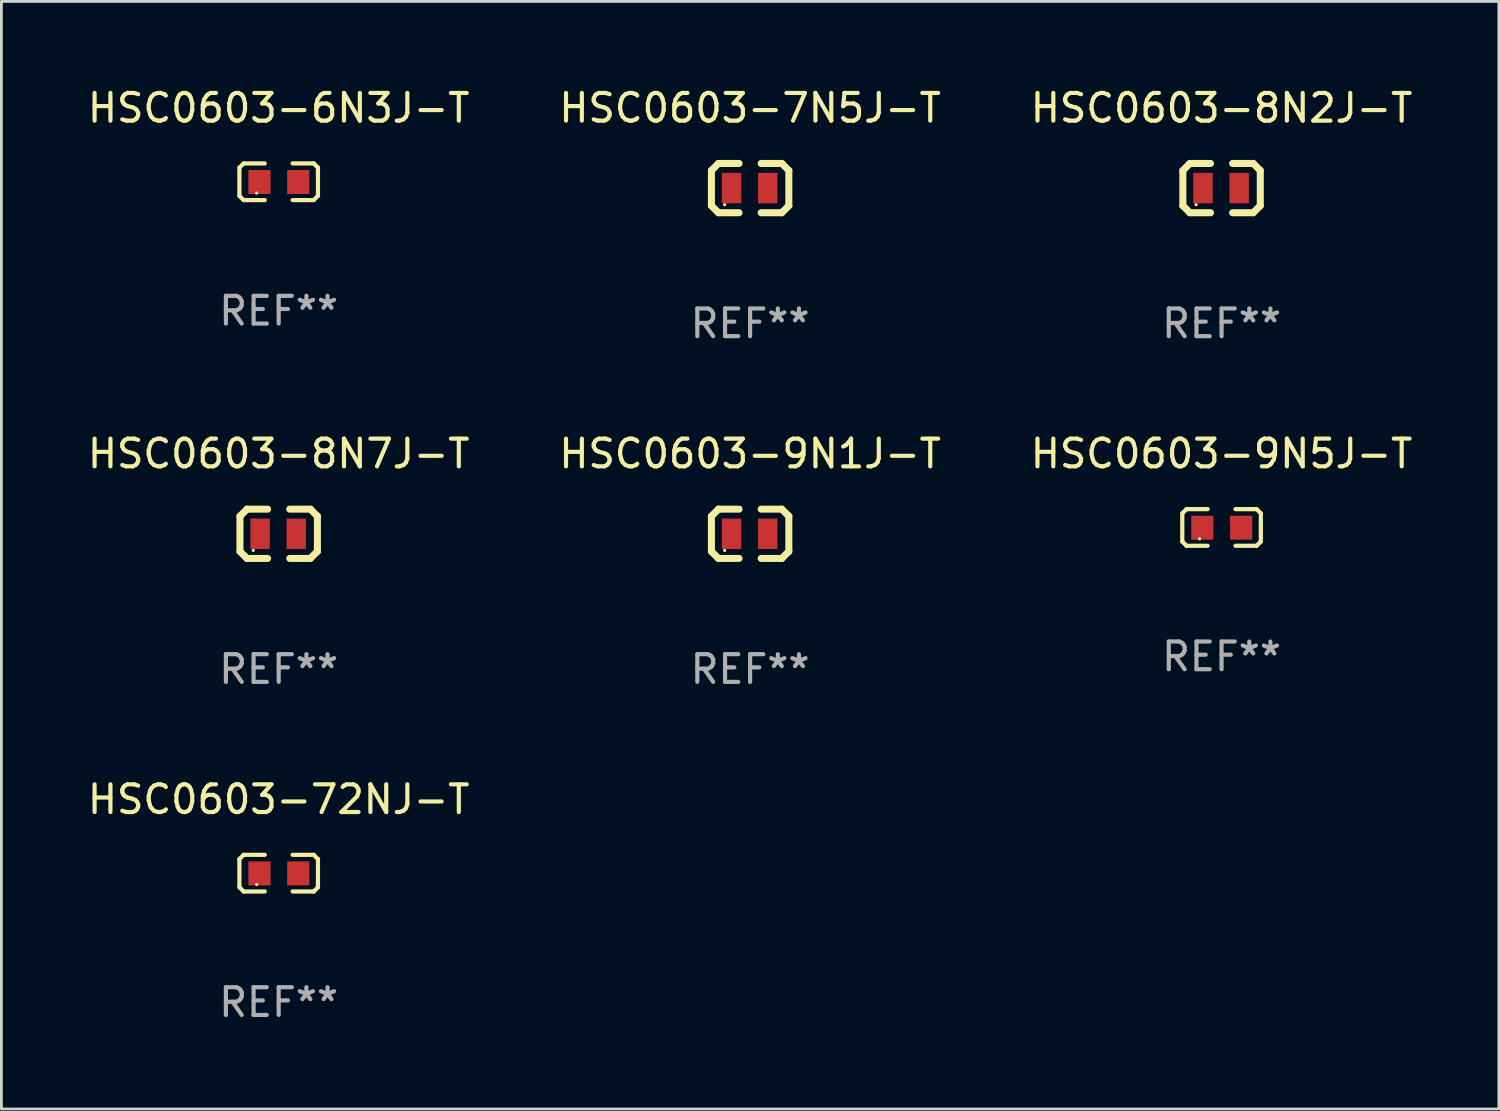
<source format=kicad_pcb>
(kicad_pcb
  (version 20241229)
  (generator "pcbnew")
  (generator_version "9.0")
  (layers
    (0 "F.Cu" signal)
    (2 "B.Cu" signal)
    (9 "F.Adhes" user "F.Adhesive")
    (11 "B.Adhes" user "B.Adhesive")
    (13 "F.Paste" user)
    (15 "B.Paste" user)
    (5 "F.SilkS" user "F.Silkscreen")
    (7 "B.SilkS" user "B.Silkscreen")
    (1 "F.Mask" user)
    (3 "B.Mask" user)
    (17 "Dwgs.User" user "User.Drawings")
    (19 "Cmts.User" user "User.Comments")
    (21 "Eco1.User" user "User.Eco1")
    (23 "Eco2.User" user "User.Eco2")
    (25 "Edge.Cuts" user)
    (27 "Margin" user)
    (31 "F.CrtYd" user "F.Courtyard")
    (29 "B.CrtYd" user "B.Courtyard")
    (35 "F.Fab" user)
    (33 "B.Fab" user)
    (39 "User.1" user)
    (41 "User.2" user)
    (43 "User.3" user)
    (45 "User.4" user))
  (footprint "HSC0603-8N2J-T"
    (layer "F.Cu")
    (at 41.03 3.737)
    (property "Reference" "HSC0603-8N2J-T" (at 0 -2.889 0) (layer "F.SilkS") (effects (font (size 1 1) (thickness 0.15))))
    (attr through_hole)
    (fp_line (start -1.397 -0.635) (end -1.397 0.635) (stroke (width 0.254) (type solid)) (layer "F.SilkS"))
    (fp_line (start -1.397 0.635) (end -1.143 0.889) (stroke (width 0.254) (type solid)) (layer "F.SilkS"))
    (fp_line (start -1.143 -0.889) (end -1.397 -0.635) (stroke (width 0.254) (type solid)) (layer "F.SilkS"))
    (fp_line (start -1.143 -0.889) (end -0.399 -0.889) (stroke (width 0.254) (type solid)) (layer "F.SilkS"))
    (fp_line (start -1.143 0.889) (end -0.399 0.889) (stroke (width 0.254) (type solid)) (layer "F.SilkS"))
    (fp_line (start 1.143 -0.889) (end 0.399 -0.889) (stroke (width 0.254) (type solid)) (layer "F.SilkS"))
    (fp_line (start 1.143 0.889) (end 0.399 0.889) (stroke (width 0.254) (type solid)) (layer "F.SilkS"))
    (fp_line (start 1.143 0.889) (end 1.397 0.635) (stroke (width 0.254) (type solid)) (layer "F.SilkS"))
    (fp_line (start 1.397 -0.635) (end 1.143 -0.889) (stroke (width 0.254) (type solid)) (layer "F.SilkS"))
    (fp_line (start 1.397 0.635) (end 1.397 -0.635) (stroke (width 0.254) (type solid)) (layer "F.SilkS"))
    (fp_circle (center -0.918 0.6) (end -0.888 0.6) (stroke (width 0.06) (type solid)) (fill no) (layer "F.SilkS"))
    (fp_text user "REF**" (at 0 4.889 0) (layer "F.Fab") (effects (font (size 1 1) (thickness 0.15))))
    (pad "1" smd rect (at -0.67 0) (size 0.7 1.1) (layers "F.Cu" "F.Mask" "F.Paste"))
    (pad "2" smd rect (at 0.635 0) (size 0.7 1.1) (layers "F.Cu" "F.Mask" "F.Paste")))
  (footprint "HSC0603-8N7J-T"
    (layer "F.Cu")
    (at 7.006 16.212)
    (property "Reference" "HSC0603-8N7J-T" (at 0 -2.889 0) (layer "F.SilkS") (effects (font (size 1 1) (thickness 0.15))))
    (attr through_hole)
    (fp_line (start -1.397 -0.635) (end -1.397 0.635) (stroke (width 0.254) (type solid)) (layer "F.SilkS"))
    (fp_line (start -1.397 0.635) (end -1.143 0.889) (stroke (width 0.254) (type solid)) (layer "F.SilkS"))
    (fp_line (start -1.143 -0.889) (end -1.397 -0.635) (stroke (width 0.254) (type solid)) (layer "F.SilkS"))
    (fp_line (start -1.143 -0.889) (end -0.399 -0.889) (stroke (width 0.254) (type solid)) (layer "F.SilkS"))
    (fp_line (start -1.143 0.889) (end -0.399 0.889) (stroke (width 0.254) (type solid)) (layer "F.SilkS"))
    (fp_line (start 1.143 -0.889) (end 0.399 -0.889) (stroke (width 0.254) (type solid)) (layer "F.SilkS"))
    (fp_line (start 1.143 0.889) (end 0.399 0.889) (stroke (width 0.254) (type solid)) (layer "F.SilkS"))
    (fp_line (start 1.143 0.889) (end 1.397 0.635) (stroke (width 0.254) (type solid)) (layer "F.SilkS"))
    (fp_line (start 1.397 -0.635) (end 1.143 -0.889) (stroke (width 0.254) (type solid)) (layer "F.SilkS"))
    (fp_line (start 1.397 0.635) (end 1.397 -0.635) (stroke (width 0.254) (type solid)) (layer "F.SilkS"))
    (fp_circle (center -0.918 0.6) (end -0.888 0.6) (stroke (width 0.06) (type solid)) (fill no) (layer "F.SilkS"))
    (fp_text user "REF**" (at 0 4.889 0) (layer "F.Fab") (effects (font (size 1 1) (thickness 0.15))))
    (pad "1" smd rect (at -0.67 0) (size 0.7 1.1) (layers "F.Cu" "F.Mask" "F.Paste"))
    (pad "2" smd rect (at 0.635 0) (size 0.7 1.1) (layers "F.Cu" "F.Mask" "F.Paste")))
  (footprint "HSC0603-6N3J-T"
    (layer "F.Cu")
    (at 7.006 3.509)
    (property "Reference" "HSC0603-6N3J-T" (at 0 -2.661 0) (layer "F.SilkS") (effects (font (size 1 1) (thickness 0.15))))
    (attr through_hole)
    (fp_line (start -1.417 -0.508) (end -1.265 -0.661) (stroke (width 0.152) (type solid)) (layer "F.SilkS"))
    (fp_line (start -1.417 0.508) (end -1.417 -0.508) (stroke (width 0.152) (type solid)) (layer "F.SilkS"))
    (fp_line (start -1.265 -0.661) (end -0.503 -0.661) (stroke (width 0.152) (type solid)) (layer "F.SilkS"))
    (fp_line (start -1.265 0.661) (end -1.417 0.508) (stroke (width 0.152) (type solid)) (layer "F.SilkS"))
    (fp_line (start -1.265 0.661) (end -0.503 0.661) (stroke (width 0.152) (type solid)) (layer "F.SilkS"))
    (fp_line (start 1.265 -0.661) (end 0.503 -0.661) (stroke (width 0.152) (type solid)) (layer "F.SilkS"))
    (fp_line (start 1.265 -0.661) (end 1.417 -0.508) (stroke (width 0.152) (type solid)) (layer "F.SilkS"))
    (fp_line (start 1.265 0.661) (end 0.503 0.661) (stroke (width 0.152) (type solid)) (layer "F.SilkS"))
    (fp_line (start 1.417 -0.508) (end 1.417 0.508) (stroke (width 0.152) (type solid)) (layer "F.SilkS"))
    (fp_line (start 1.417 0.508) (end 1.265 0.661) (stroke (width 0.152) (type solid)) (layer "F.SilkS"))
    (fp_circle (center -0.793 0.409) (end -0.763 0.409) (stroke (width 0.06) (type solid)) (fill no) (layer "F.SilkS"))
    (fp_text user "REF**" (at 0 4.661 0) (layer "F.Fab") (effects (font (size 1 1) (thickness 0.15))))
    (pad "1" smd rect (at -0.693 0.009 180) (size 0.8 0.864) (layers "F.Cu" "F.Mask" "F.Paste"))
    (pad "2" smd rect (at 0.707 0.009 180) (size 0.8 0.864) (layers "F.Cu" "F.Mask" "F.Paste")))
  (footprint "HSC0603-72NJ-T"
    (layer "F.Cu")
    (at 7.006 28.458)
    (property "Reference" "HSC0603-72NJ-T" (at 0 -2.661 0) (layer "F.SilkS") (effects (font (size 1 1) (thickness 0.15))))
    (attr through_hole)
    (fp_line (start -1.417 -0.508) (end -1.265 -0.661) (stroke (width 0.152) (type solid)) (layer "F.SilkS"))
    (fp_line (start -1.417 0.508) (end -1.417 -0.508) (stroke (width 0.152) (type solid)) (layer "F.SilkS"))
    (fp_line (start -1.265 -0.661) (end -0.503 -0.661) (stroke (width 0.152) (type solid)) (layer "F.SilkS"))
    (fp_line (start -1.265 0.661) (end -1.417 0.508) (stroke (width 0.152) (type solid)) (layer "F.SilkS"))
    (fp_line (start -1.265 0.661) (end -0.503 0.661) (stroke (width 0.152) (type solid)) (layer "F.SilkS"))
    (fp_line (start 1.265 -0.661) (end 0.503 -0.661) (stroke (width 0.152) (type solid)) (layer "F.SilkS"))
    (fp_line (start 1.265 -0.661) (end 1.417 -0.508) (stroke (width 0.152) (type solid)) (layer "F.SilkS"))
    (fp_line (start 1.265 0.661) (end 0.503 0.661) (stroke (width 0.152) (type solid)) (layer "F.SilkS"))
    (fp_line (start 1.417 -0.508) (end 1.417 0.508) (stroke (width 0.152) (type solid)) (layer "F.SilkS"))
    (fp_line (start 1.417 0.508) (end 1.265 0.661) (stroke (width 0.152) (type solid)) (layer "F.SilkS"))
    (fp_circle (center -0.793 0.409) (end -0.763 0.409) (stroke (width 0.06) (type solid)) (fill no) (layer "F.SilkS"))
    (fp_text user "REF**" (at 0 4.661 0) (layer "F.Fab") (effects (font (size 1 1) (thickness 0.15))))
    (pad "1" smd rect (at -0.693 0.009 180) (size 0.8 0.864) (layers "F.Cu" "F.Mask" "F.Paste"))
    (pad "2" smd rect (at 0.707 0.009 180) (size 0.8 0.864) (layers "F.Cu" "F.Mask" "F.Paste")))
  (footprint "HSC0603-7N5J-T"
    (layer "F.Cu")
    (at 24.018 3.737)
    (property "Reference" "HSC0603-7N5J-T" (at 0 -2.889 0) (layer "F.SilkS") (effects (font (size 1 1) (thickness 0.15))))
    (attr through_hole)
    (fp_line (start -1.397 -0.635) (end -1.397 0.635) (stroke (width 0.254) (type solid)) (layer "F.SilkS"))
    (fp_line (start -1.397 0.635) (end -1.143 0.889) (stroke (width 0.254) (type solid)) (layer "F.SilkS"))
    (fp_line (start -1.143 -0.889) (end -1.397 -0.635) (stroke (width 0.254) (type solid)) (layer "F.SilkS"))
    (fp_line (start -1.143 -0.889) (end -0.399 -0.889) (stroke (width 0.254) (type solid)) (layer "F.SilkS"))
    (fp_line (start -1.143 0.889) (end -0.399 0.889) (stroke (width 0.254) (type solid)) (layer "F.SilkS"))
    (fp_line (start 1.143 -0.889) (end 0.399 -0.889) (stroke (width 0.254) (type solid)) (layer "F.SilkS"))
    (fp_line (start 1.143 0.889) (end 0.399 0.889) (stroke (width 0.254) (type solid)) (layer "F.SilkS"))
    (fp_line (start 1.143 0.889) (end 1.397 0.635) (stroke (width 0.254) (type solid)) (layer "F.SilkS"))
    (fp_line (start 1.397 -0.635) (end 1.143 -0.889) (stroke (width 0.254) (type solid)) (layer "F.SilkS"))
    (fp_line (start 1.397 0.635) (end 1.397 -0.635) (stroke (width 0.254) (type solid)) (layer "F.SilkS"))
    (fp_circle (center -0.918 0.6) (end -0.888 0.6) (stroke (width 0.06) (type solid)) (fill no) (layer "F.SilkS"))
    (fp_text user "REF**" (at 0 4.889 0) (layer "F.Fab") (effects (font (size 1 1) (thickness 0.15))))
    (pad "1" smd rect (at -0.67 0) (size 0.7 1.1) (layers "F.Cu" "F.Mask" "F.Paste"))
    (pad "2" smd rect (at 0.635 0) (size 0.7 1.1) (layers "F.Cu" "F.Mask" "F.Paste")))
  (footprint "HSC0603-9N1J-T"
    (layer "F.Cu")
    (at 24.018 16.212)
    (property "Reference" "HSC0603-9N1J-T" (at 0 -2.889 0) (layer "F.SilkS") (effects (font (size 1 1) (thickness 0.15))))
    (attr through_hole)
    (fp_line (start -1.397 -0.635) (end -1.397 0.635) (stroke (width 0.254) (type solid)) (layer "F.SilkS"))
    (fp_line (start -1.397 0.635) (end -1.143 0.889) (stroke (width 0.254) (type solid)) (layer "F.SilkS"))
    (fp_line (start -1.143 -0.889) (end -1.397 -0.635) (stroke (width 0.254) (type solid)) (layer "F.SilkS"))
    (fp_line (start -1.143 -0.889) (end -0.399 -0.889) (stroke (width 0.254) (type solid)) (layer "F.SilkS"))
    (fp_line (start -1.143 0.889) (end -0.399 0.889) (stroke (width 0.254) (type solid)) (layer "F.SilkS"))
    (fp_line (start 1.143 -0.889) (end 0.399 -0.889) (stroke (width 0.254) (type solid)) (layer "F.SilkS"))
    (fp_line (start 1.143 0.889) (end 0.399 0.889) (stroke (width 0.254) (type solid)) (layer "F.SilkS"))
    (fp_line (start 1.143 0.889) (end 1.397 0.635) (stroke (width 0.254) (type solid)) (layer "F.SilkS"))
    (fp_line (start 1.397 -0.635) (end 1.143 -0.889) (stroke (width 0.254) (type solid)) (layer "F.SilkS"))
    (fp_line (start 1.397 0.635) (end 1.397 -0.635) (stroke (width 0.254) (type solid)) (layer "F.SilkS"))
    (fp_circle (center -0.918 0.6) (end -0.888 0.6) (stroke (width 0.06) (type solid)) (fill no) (layer "F.SilkS"))
    (fp_text user "REF**" (at 0 4.889 0) (layer "F.Fab") (effects (font (size 1 1) (thickness 0.15))))
    (pad "1" smd rect (at -0.67 0) (size 0.7 1.1) (layers "F.Cu" "F.Mask" "F.Paste"))
    (pad "2" smd rect (at 0.635 0) (size 0.7 1.1) (layers "F.Cu" "F.Mask" "F.Paste")))
  (footprint "HSC0603-9N5J-T"
    (layer "F.Cu")
    (at 41.03 15.983)
    (property "Reference" "HSC0603-9N5J-T" (at 0 -2.661 0) (layer "F.SilkS") (effects (font (size 1 1) (thickness 0.15))))
    (attr through_hole)
    (fp_line (start -1.417 -0.508) (end -1.265 -0.661) (stroke (width 0.152) (type solid)) (layer "F.SilkS"))
    (fp_line (start -1.417 0.508) (end -1.417 -0.508) (stroke (width 0.152) (type solid)) (layer "F.SilkS"))
    (fp_line (start -1.265 -0.661) (end -0.503 -0.661) (stroke (width 0.152) (type solid)) (layer "F.SilkS"))
    (fp_line (start -1.265 0.661) (end -1.417 0.508) (stroke (width 0.152) (type solid)) (layer "F.SilkS"))
    (fp_line (start -1.265 0.661) (end -0.503 0.661) (stroke (width 0.152) (type solid)) (layer "F.SilkS"))
    (fp_line (start 1.265 -0.661) (end 0.503 -0.661) (stroke (width 0.152) (type solid)) (layer "F.SilkS"))
    (fp_line (start 1.265 -0.661) (end 1.417 -0.508) (stroke (width 0.152) (type solid)) (layer "F.SilkS"))
    (fp_line (start 1.265 0.661) (end 0.503 0.661) (stroke (width 0.152) (type solid)) (layer "F.SilkS"))
    (fp_line (start 1.417 -0.508) (end 1.417 0.508) (stroke (width 0.152) (type solid)) (layer "F.SilkS"))
    (fp_line (start 1.417 0.508) (end 1.265 0.661) (stroke (width 0.152) (type solid)) (layer "F.SilkS"))
    (fp_circle (center -0.793 0.409) (end -0.763 0.409) (stroke (width 0.06) (type solid)) (fill no) (layer "F.SilkS"))
    (fp_text user "REF**" (at 0 4.661 0) (layer "F.Fab") (effects (font (size 1 1) (thickness 0.15))))
    (pad "1" smd rect (at -0.693 0.009 180) (size 0.8 0.864) (layers "F.Cu" "F.Mask" "F.Paste"))
    (pad "2" smd rect (at 0.707 0.009 180) (size 0.8 0.864) (layers "F.Cu" "F.Mask" "F.Paste")))
  (gr_rect
    (start -3 -3)
    (end 51.036 36.967)
    (stroke (width 0.1) (type default))
    (fill no)
    (layer "Edge.Cuts")))
</source>
